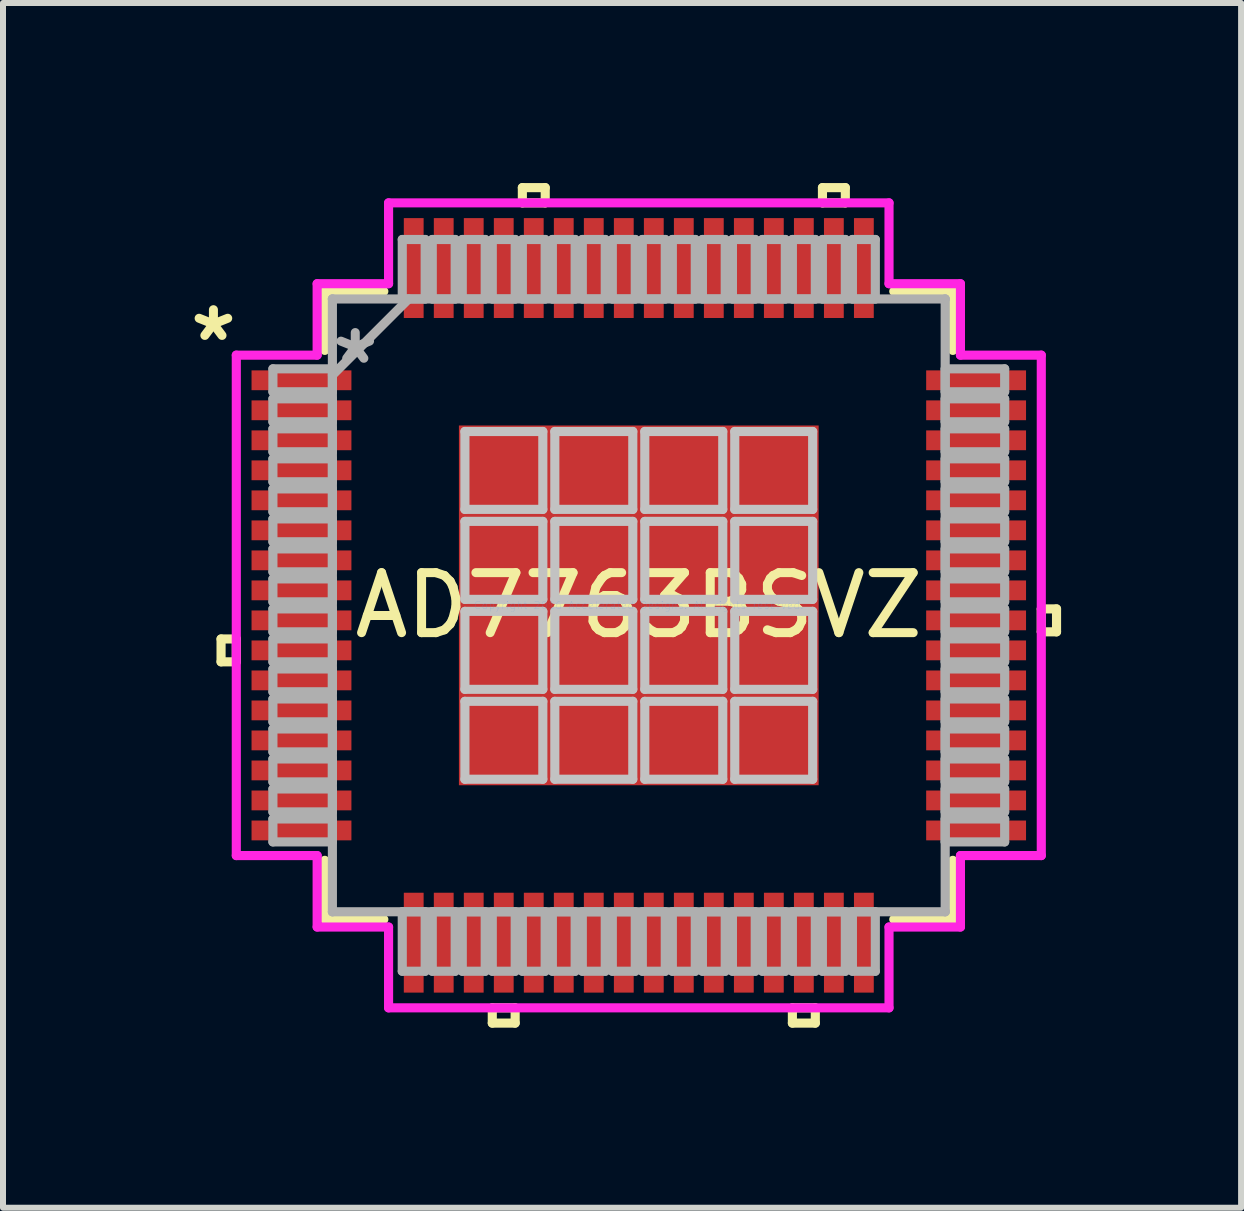
<source format=kicad_pcb>
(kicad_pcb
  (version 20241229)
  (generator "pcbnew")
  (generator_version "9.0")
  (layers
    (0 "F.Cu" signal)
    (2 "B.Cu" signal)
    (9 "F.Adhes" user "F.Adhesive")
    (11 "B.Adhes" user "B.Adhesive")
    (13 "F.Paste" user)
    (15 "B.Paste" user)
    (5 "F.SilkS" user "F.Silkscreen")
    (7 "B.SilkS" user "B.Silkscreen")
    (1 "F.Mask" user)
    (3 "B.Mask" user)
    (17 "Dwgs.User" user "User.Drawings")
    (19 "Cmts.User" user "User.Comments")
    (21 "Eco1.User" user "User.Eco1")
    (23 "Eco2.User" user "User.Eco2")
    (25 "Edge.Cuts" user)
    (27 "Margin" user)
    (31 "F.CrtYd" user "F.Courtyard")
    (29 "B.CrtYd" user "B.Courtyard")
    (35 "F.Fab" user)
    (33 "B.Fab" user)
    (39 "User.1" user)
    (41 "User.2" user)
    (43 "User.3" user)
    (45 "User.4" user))
  (footprint "AD7763BSVZ"
    (layer "F.Cu")
    (at 7.593 7.036)
    (property "Reference" "AD7763BSVZ" (at 0 0 0) (layer "F.SilkS") (effects (font (size 1 1) (thickness 0.15))))
    (attr through_hole)
    (fp_line (start -6.96 0.56) (end -6.96 0.941) (stroke (width 0.152) (type solid)) (layer "F.SilkS"))
    (fp_line (start -6.96 0.941) (end -6.706 0.941) (stroke (width 0.152) (type solid)) (layer "F.SilkS"))
    (fp_line (start -6.706 0.56) (end -6.96 0.56) (stroke (width 0.152) (type solid)) (layer "F.SilkS"))
    (fp_line (start -6.706 0.941) (end -6.706 0.56) (stroke (width 0.152) (type solid)) (layer "F.SilkS"))
    (fp_line (start -5.232 -5.232) (end -5.232 -4.248) (stroke (width 0.152) (type solid)) (layer "F.SilkS"))
    (fp_line (start -5.232 4.248) (end -5.232 5.232) (stroke (width 0.152) (type solid)) (layer "F.SilkS"))
    (fp_line (start -5.232 5.232) (end -4.248 5.232) (stroke (width 0.152) (type solid)) (layer "F.SilkS"))
    (fp_line (start -4.248 -5.232) (end -5.232 -5.232) (stroke (width 0.152) (type solid)) (layer "F.SilkS"))
    (fp_line (start -2.441 6.706) (end -2.441 6.96) (stroke (width 0.152) (type solid)) (layer "F.SilkS"))
    (fp_line (start -2.441 6.96) (end -2.06 6.96) (stroke (width 0.152) (type solid)) (layer "F.SilkS"))
    (fp_line (start -2.06 6.706) (end -2.441 6.706) (stroke (width 0.152) (type solid)) (layer "F.SilkS"))
    (fp_line (start -2.06 6.96) (end -2.06 6.706) (stroke (width 0.152) (type solid)) (layer "F.SilkS"))
    (fp_line (start -1.94 -6.96) (end -1.559 -6.96) (stroke (width 0.152) (type solid)) (layer "F.SilkS"))
    (fp_line (start -1.94 -6.706) (end -1.94 -6.96) (stroke (width 0.152) (type solid)) (layer "F.SilkS"))
    (fp_line (start -1.559 -6.96) (end -1.559 -6.706) (stroke (width 0.152) (type solid)) (layer "F.SilkS"))
    (fp_line (start -1.559 -6.706) (end -1.94 -6.706) (stroke (width 0.152) (type solid)) (layer "F.SilkS"))
    (fp_line (start 2.559 6.706) (end 2.559 6.96) (stroke (width 0.152) (type solid)) (layer "F.SilkS"))
    (fp_line (start 2.559 6.96) (end 2.941 6.96) (stroke (width 0.152) (type solid)) (layer "F.SilkS"))
    (fp_line (start 2.941 6.706) (end 2.559 6.706) (stroke (width 0.152) (type solid)) (layer "F.SilkS"))
    (fp_line (start 2.941 6.96) (end 2.941 6.706) (stroke (width 0.152) (type solid)) (layer "F.SilkS"))
    (fp_line (start 3.06 -6.96) (end 3.441 -6.96) (stroke (width 0.152) (type solid)) (layer "F.SilkS"))
    (fp_line (start 3.06 -6.706) (end 3.06 -6.96) (stroke (width 0.152) (type solid)) (layer "F.SilkS"))
    (fp_line (start 3.441 -6.96) (end 3.441 -6.706) (stroke (width 0.152) (type solid)) (layer "F.SilkS"))
    (fp_line (start 3.441 -6.706) (end 3.06 -6.706) (stroke (width 0.152) (type solid)) (layer "F.SilkS"))
    (fp_line (start 4.248 5.232) (end 5.232 5.232) (stroke (width 0.152) (type solid)) (layer "F.SilkS"))
    (fp_line (start 5.232 -5.232) (end 4.248 -5.232) (stroke (width 0.152) (type solid)) (layer "F.SilkS"))
    (fp_line (start 5.232 -4.248) (end 5.232 -5.232) (stroke (width 0.152) (type solid)) (layer "F.SilkS"))
    (fp_line (start 5.232 5.232) (end 5.232 4.248) (stroke (width 0.152) (type solid)) (layer "F.SilkS"))
    (fp_line (start 6.706 0.059) (end 6.96 0.059) (stroke (width 0.152) (type solid)) (layer "F.SilkS"))
    (fp_line (start 6.706 0.441) (end 6.706 0.059) (stroke (width 0.152) (type solid)) (layer "F.SilkS"))
    (fp_line (start 6.96 0.059) (end 6.96 0.441) (stroke (width 0.152) (type solid)) (layer "F.SilkS"))
    (fp_line (start 6.96 0.441) (end 6.706 0.441) (stroke (width 0.152) (type solid)) (layer "F.SilkS"))
    (fp_line (start -2.897 -2.897) (end -2.897 -1.599) (stroke (width 0.152) (type solid)) (layer "Dwgs.User"))
    (fp_line (start -2.897 -1.599) (end -1.599 -1.599) (stroke (width 0.152) (type solid)) (layer "Dwgs.User"))
    (fp_line (start -2.897 -1.399) (end -2.897 -0.1) (stroke (width 0.152) (type solid)) (layer "Dwgs.User"))
    (fp_line (start -2.897 -0.1) (end -1.599 -0.1) (stroke (width 0.152) (type solid)) (layer "Dwgs.User"))
    (fp_line (start -2.897 0.1) (end -2.897 1.399) (stroke (width 0.152) (type solid)) (layer "Dwgs.User"))
    (fp_line (start -2.897 1.399) (end -1.599 1.399) (stroke (width 0.152) (type solid)) (layer "Dwgs.User"))
    (fp_line (start -2.897 1.599) (end -2.897 2.897) (stroke (width 0.152) (type solid)) (layer "Dwgs.User"))
    (fp_line (start -2.897 2.897) (end -1.599 2.897) (stroke (width 0.152) (type solid)) (layer "Dwgs.User"))
    (fp_line (start -1.599 -2.897) (end -2.897 -2.897) (stroke (width 0.152) (type solid)) (layer "Dwgs.User"))
    (fp_line (start -1.599 -1.599) (end -1.599 -2.897) (stroke (width 0.152) (type solid)) (layer "Dwgs.User"))
    (fp_line (start -1.599 -1.399) (end -2.897 -1.399) (stroke (width 0.152) (type solid)) (layer "Dwgs.User"))
    (fp_line (start -1.599 -0.1) (end -1.599 -1.399) (stroke (width 0.152) (type solid)) (layer "Dwgs.User"))
    (fp_line (start -1.599 0.1) (end -2.897 0.1) (stroke (width 0.152) (type solid)) (layer "Dwgs.User"))
    (fp_line (start -1.599 1.399) (end -1.599 0.1) (stroke (width 0.152) (type solid)) (layer "Dwgs.User"))
    (fp_line (start -1.599 1.599) (end -2.897 1.599) (stroke (width 0.152) (type solid)) (layer "Dwgs.User"))
    (fp_line (start -1.599 2.897) (end -1.599 1.599) (stroke (width 0.152) (type solid)) (layer "Dwgs.User"))
    (fp_line (start -1.399 -2.897) (end -1.399 -1.599) (stroke (width 0.152) (type solid)) (layer "Dwgs.User"))
    (fp_line (start -1.399 -1.599) (end -0.1 -1.599) (stroke (width 0.152) (type solid)) (layer "Dwgs.User"))
    (fp_line (start -1.399 -1.399) (end -1.399 -0.1) (stroke (width 0.152) (type solid)) (layer "Dwgs.User"))
    (fp_line (start -1.399 -0.1) (end -0.1 -0.1) (stroke (width 0.152) (type solid)) (layer "Dwgs.User"))
    (fp_line (start -1.399 0.1) (end -1.399 1.399) (stroke (width 0.152) (type solid)) (layer "Dwgs.User"))
    (fp_line (start -1.399 1.399) (end -0.1 1.399) (stroke (width 0.152) (type solid)) (layer "Dwgs.User"))
    (fp_line (start -1.399 1.599) (end -1.399 2.897) (stroke (width 0.152) (type solid)) (layer "Dwgs.User"))
    (fp_line (start -1.399 2.897) (end -0.1 2.897) (stroke (width 0.152) (type solid)) (layer "Dwgs.User"))
    (fp_line (start -0.1 -2.897) (end -1.399 -2.897) (stroke (width 0.152) (type solid)) (layer "Dwgs.User"))
    (fp_line (start -0.1 -1.599) (end -0.1 -2.897) (stroke (width 0.152) (type solid)) (layer "Dwgs.User"))
    (fp_line (start -0.1 -1.399) (end -1.399 -1.399) (stroke (width 0.152) (type solid)) (layer "Dwgs.User"))
    (fp_line (start -0.1 -0.1) (end -0.1 -1.399) (stroke (width 0.152) (type solid)) (layer "Dwgs.User"))
    (fp_line (start -0.1 0.1) (end -1.399 0.1) (stroke (width 0.152) (type solid)) (layer "Dwgs.User"))
    (fp_line (start -0.1 1.399) (end -0.1 0.1) (stroke (width 0.152) (type solid)) (layer "Dwgs.User"))
    (fp_line (start -0.1 1.599) (end -1.399 1.599) (stroke (width 0.152) (type solid)) (layer "Dwgs.User"))
    (fp_line (start -0.1 2.897) (end -0.1 1.599) (stroke (width 0.152) (type solid)) (layer "Dwgs.User"))
    (fp_line (start 0.1 -2.897) (end 0.1 -1.599) (stroke (width 0.152) (type solid)) (layer "Dwgs.User"))
    (fp_line (start 0.1 -1.599) (end 1.399 -1.599) (stroke (width 0.152) (type solid)) (layer "Dwgs.User"))
    (fp_line (start 0.1 -1.399) (end 0.1 -0.1) (stroke (width 0.152) (type solid)) (layer "Dwgs.User"))
    (fp_line (start 0.1 -0.1) (end 1.399 -0.1) (stroke (width 0.152) (type solid)) (layer "Dwgs.User"))
    (fp_line (start 0.1 0.1) (end 0.1 1.399) (stroke (width 0.152) (type solid)) (layer "Dwgs.User"))
    (fp_line (start 0.1 1.399) (end 1.399 1.399) (stroke (width 0.152) (type solid)) (layer "Dwgs.User"))
    (fp_line (start 0.1 1.599) (end 0.1 2.897) (stroke (width 0.152) (type solid)) (layer "Dwgs.User"))
    (fp_line (start 0.1 2.897) (end 1.399 2.897) (stroke (width 0.152) (type solid)) (layer "Dwgs.User"))
    (fp_line (start 1.399 -2.897) (end 0.1 -2.897) (stroke (width 0.152) (type solid)) (layer "Dwgs.User"))
    (fp_line (start 1.399 -1.599) (end 1.399 -2.897) (stroke (width 0.152) (type solid)) (layer "Dwgs.User"))
    (fp_line (start 1.399 -1.399) (end 0.1 -1.399) (stroke (width 0.152) (type solid)) (layer "Dwgs.User"))
    (fp_line (start 1.399 -0.1) (end 1.399 -1.399) (stroke (width 0.152) (type solid)) (layer "Dwgs.User"))
    (fp_line (start 1.399 0.1) (end 0.1 0.1) (stroke (width 0.152) (type solid)) (layer "Dwgs.User"))
    (fp_line (start 1.399 1.399) (end 1.399 0.1) (stroke (width 0.152) (type solid)) (layer "Dwgs.User"))
    (fp_line (start 1.399 1.599) (end 0.1 1.599) (stroke (width 0.152) (type solid)) (layer "Dwgs.User"))
    (fp_line (start 1.399 2.897) (end 1.399 1.599) (stroke (width 0.152) (type solid)) (layer "Dwgs.User"))
    (fp_line (start 1.599 -2.897) (end 1.599 -1.599) (stroke (width 0.152) (type solid)) (layer "Dwgs.User"))
    (fp_line (start 1.599 -1.599) (end 2.897 -1.599) (stroke (width 0.152) (type solid)) (layer "Dwgs.User"))
    (fp_line (start 1.599 -1.399) (end 1.599 -0.1) (stroke (width 0.152) (type solid)) (layer "Dwgs.User"))
    (fp_line (start 1.599 -0.1) (end 2.897 -0.1) (stroke (width 0.152) (type solid)) (layer "Dwgs.User"))
    (fp_line (start 1.599 0.1) (end 1.599 1.399) (stroke (width 0.152) (type solid)) (layer "Dwgs.User"))
    (fp_line (start 1.599 1.399) (end 2.897 1.399) (stroke (width 0.152) (type solid)) (layer "Dwgs.User"))
    (fp_line (start 1.599 1.599) (end 1.599 2.897) (stroke (width 0.152) (type solid)) (layer "Dwgs.User"))
    (fp_line (start 1.599 2.897) (end 2.897 2.897) (stroke (width 0.152) (type solid)) (layer "Dwgs.User"))
    (fp_line (start 2.897 -2.897) (end 1.599 -2.897) (stroke (width 0.152) (type solid)) (layer "Dwgs.User"))
    (fp_line (start 2.897 -1.599) (end 2.897 -2.897) (stroke (width 0.152) (type solid)) (layer "Dwgs.User"))
    (fp_line (start 2.897 -1.399) (end 1.599 -1.399) (stroke (width 0.152) (type solid)) (layer "Dwgs.User"))
    (fp_line (start 2.897 -0.1) (end 2.897 -1.399) (stroke (width 0.152) (type solid)) (layer "Dwgs.User"))
    (fp_line (start 2.897 0.1) (end 1.599 0.1) (stroke (width 0.152) (type solid)) (layer "Dwgs.User"))
    (fp_line (start 2.897 1.399) (end 2.897 0.1) (stroke (width 0.152) (type solid)) (layer "Dwgs.User"))
    (fp_line (start 2.897 1.599) (end 1.599 1.599) (stroke (width 0.152) (type solid)) (layer "Dwgs.User"))
    (fp_line (start 2.897 2.897) (end 2.897 1.599) (stroke (width 0.152) (type solid)) (layer "Dwgs.User"))
    (fp_line (start -6.706 -4.169) (end -5.359 -4.169) (stroke (width 0.152) (type solid)) (layer "F.CrtYd"))
    (fp_line (start -6.706 4.169) (end -6.706 -4.169) (stroke (width 0.152) (type solid)) (layer "F.CrtYd"))
    (fp_line (start -5.359 -5.359) (end -4.169 -5.359) (stroke (width 0.152) (type solid)) (layer "F.CrtYd"))
    (fp_line (start -5.359 -4.169) (end -5.359 -5.359) (stroke (width 0.152) (type solid)) (layer "F.CrtYd"))
    (fp_line (start -5.359 4.169) (end -6.706 4.169) (stroke (width 0.152) (type solid)) (layer "F.CrtYd"))
    (fp_line (start -5.359 5.359) (end -5.359 4.169) (stroke (width 0.152) (type solid)) (layer "F.CrtYd"))
    (fp_line (start -4.169 -6.706) (end 4.169 -6.706) (stroke (width 0.152) (type solid)) (layer "F.CrtYd"))
    (fp_line (start -4.169 -5.359) (end -4.169 -6.706) (stroke (width 0.152) (type solid)) (layer "F.CrtYd"))
    (fp_line (start -4.169 5.359) (end -5.359 5.359) (stroke (width 0.152) (type solid)) (layer "F.CrtYd"))
    (fp_line (start -4.169 6.706) (end -4.169 5.359) (stroke (width 0.152) (type solid)) (layer "F.CrtYd"))
    (fp_line (start 4.169 -6.706) (end 4.169 -5.359) (stroke (width 0.152) (type solid)) (layer "F.CrtYd"))
    (fp_line (start 4.169 -5.359) (end 5.359 -5.359) (stroke (width 0.152) (type solid)) (layer "F.CrtYd"))
    (fp_line (start 4.169 5.359) (end 4.169 6.706) (stroke (width 0.152) (type solid)) (layer "F.CrtYd"))
    (fp_line (start 4.169 6.706) (end -4.169 6.706) (stroke (width 0.152) (type solid)) (layer "F.CrtYd"))
    (fp_line (start 5.359 -5.359) (end 5.359 -4.169) (stroke (width 0.152) (type solid)) (layer "F.CrtYd"))
    (fp_line (start 5.359 -4.169) (end 6.706 -4.169) (stroke (width 0.152) (type solid)) (layer "F.CrtYd"))
    (fp_line (start 5.359 4.169) (end 5.359 5.359) (stroke (width 0.152) (type solid)) (layer "F.CrtYd"))
    (fp_line (start 5.359 5.359) (end 4.169 5.359) (stroke (width 0.152) (type solid)) (layer "F.CrtYd"))
    (fp_line (start 6.706 -4.169) (end 6.706 4.169) (stroke (width 0.152) (type solid)) (layer "F.CrtYd"))
    (fp_line (start 6.706 4.169) (end 5.359 4.169) (stroke (width 0.152) (type solid)) (layer "F.CrtYd"))
    (fp_line (start -6.096 -3.941) (end -6.096 -3.559) (stroke (width 0.152) (type solid)) (layer "F.Fab"))
    (fp_line (start -6.096 -3.559) (end -5.105 -3.559) (stroke (width 0.152) (type solid)) (layer "F.Fab"))
    (fp_line (start -6.096 -3.441) (end -6.096 -3.059) (stroke (width 0.152) (type solid)) (layer "F.Fab"))
    (fp_line (start -6.096 -3.059) (end -5.105 -3.059) (stroke (width 0.152) (type solid)) (layer "F.Fab"))
    (fp_line (start -6.096 -2.941) (end -6.096 -2.559) (stroke (width 0.152) (type solid)) (layer "F.Fab"))
    (fp_line (start -6.096 -2.559) (end -5.105 -2.559) (stroke (width 0.152) (type solid)) (layer "F.Fab"))
    (fp_line (start -6.096 -2.441) (end -6.096 -2.059) (stroke (width 0.152) (type solid)) (layer "F.Fab"))
    (fp_line (start -6.096 -2.059) (end -5.105 -2.059) (stroke (width 0.152) (type solid)) (layer "F.Fab"))
    (fp_line (start -6.096 -1.94) (end -6.096 -1.56) (stroke (width 0.152) (type solid)) (layer "F.Fab"))
    (fp_line (start -6.096 -1.56) (end -5.105 -1.56) (stroke (width 0.152) (type solid)) (layer "F.Fab"))
    (fp_line (start -6.096 -1.44) (end -6.096 -1.06) (stroke (width 0.152) (type solid)) (layer "F.Fab"))
    (fp_line (start -6.096 -1.06) (end -5.105 -1.06) (stroke (width 0.152) (type solid)) (layer "F.Fab"))
    (fp_line (start -6.096 -0.941) (end -6.096 -0.559) (stroke (width 0.152) (type solid)) (layer "F.Fab"))
    (fp_line (start -6.096 -0.559) (end -5.105 -0.559) (stroke (width 0.152) (type solid)) (layer "F.Fab"))
    (fp_line (start -6.096 -0.441) (end -6.096 -0.059) (stroke (width 0.152) (type solid)) (layer "F.Fab"))
    (fp_line (start -6.096 -0.059) (end -5.105 -0.059) (stroke (width 0.152) (type solid)) (layer "F.Fab"))
    (fp_line (start -6.096 0.059) (end -6.096 0.441) (stroke (width 0.152) (type solid)) (layer "F.Fab"))
    (fp_line (start -6.096 0.441) (end -5.105 0.441) (stroke (width 0.152) (type solid)) (layer "F.Fab"))
    (fp_line (start -6.096 0.559) (end -6.096 0.941) (stroke (width 0.152) (type solid)) (layer "F.Fab"))
    (fp_line (start -6.096 0.941) (end -5.105 0.941) (stroke (width 0.152) (type solid)) (layer "F.Fab"))
    (fp_line (start -6.096 1.06) (end -6.096 1.44) (stroke (width 0.152) (type solid)) (layer "F.Fab"))
    (fp_line (start -6.096 1.44) (end -5.105 1.44) (stroke (width 0.152) (type solid)) (layer "F.Fab"))
    (fp_line (start -6.096 1.56) (end -6.096 1.94) (stroke (width 0.152) (type solid)) (layer "F.Fab"))
    (fp_line (start -6.096 1.94) (end -5.105 1.94) (stroke (width 0.152) (type solid)) (layer "F.Fab"))
    (fp_line (start -6.096 2.059) (end -6.096 2.441) (stroke (width 0.152) (type solid)) (layer "F.Fab"))
    (fp_line (start -6.096 2.441) (end -5.105 2.441) (stroke (width 0.152) (type solid)) (layer "F.Fab"))
    (fp_line (start -6.096 2.559) (end -6.096 2.941) (stroke (width 0.152) (type solid)) (layer "F.Fab"))
    (fp_line (start -6.096 2.941) (end -5.105 2.941) (stroke (width 0.152) (type solid)) (layer "F.Fab"))
    (fp_line (start -6.096 3.059) (end -6.096 3.441) (stroke (width 0.152) (type solid)) (layer "F.Fab"))
    (fp_line (start -6.096 3.441) (end -5.105 3.441) (stroke (width 0.152) (type solid)) (layer "F.Fab"))
    (fp_line (start -6.096 3.559) (end -6.096 3.941) (stroke (width 0.152) (type solid)) (layer "F.Fab"))
    (fp_line (start -6.096 3.941) (end -5.105 3.941) (stroke (width 0.152) (type solid)) (layer "F.Fab"))
    (fp_line (start -5.105 -5.105) (end -5.105 -5.105) (stroke (width 0.152) (type solid)) (layer "F.Fab"))
    (fp_line (start -5.105 -5.105) (end -5.105 5.105) (stroke (width 0.152) (type solid)) (layer "F.Fab"))
    (fp_line (start -5.105 -3.941) (end -6.096 -3.941) (stroke (width 0.152) (type solid)) (layer "F.Fab"))
    (fp_line (start -5.105 -3.835) (end -3.835 -5.105) (stroke (width 0.152) (type solid)) (layer "F.Fab"))
    (fp_line (start -5.105 -3.559) (end -5.105 -3.941) (stroke (width 0.152) (type solid)) (layer "F.Fab"))
    (fp_line (start -5.105 -3.441) (end -6.096 -3.441) (stroke (width 0.152) (type solid)) (layer "F.Fab"))
    (fp_line (start -5.105 -3.059) (end -5.105 -3.441) (stroke (width 0.152) (type solid)) (layer "F.Fab"))
    (fp_line (start -5.105 -2.941) (end -6.096 -2.941) (stroke (width 0.152) (type solid)) (layer "F.Fab"))
    (fp_line (start -5.105 -2.559) (end -5.105 -2.941) (stroke (width 0.152) (type solid)) (layer "F.Fab"))
    (fp_line (start -5.105 -2.441) (end -6.096 -2.441) (stroke (width 0.152) (type solid)) (layer "F.Fab"))
    (fp_line (start -5.105 -2.059) (end -5.105 -2.441) (stroke (width 0.152) (type solid)) (layer "F.Fab"))
    (fp_line (start -5.105 -1.94) (end -6.096 -1.94) (stroke (width 0.152) (type solid)) (layer "F.Fab"))
    (fp_line (start -5.105 -1.56) (end -5.105 -1.94) (stroke (width 0.152) (type solid)) (layer "F.Fab"))
    (fp_line (start -5.105 -1.44) (end -6.096 -1.44) (stroke (width 0.152) (type solid)) (layer "F.Fab"))
    (fp_line (start -5.105 -1.06) (end -5.105 -1.44) (stroke (width 0.152) (type solid)) (layer "F.Fab"))
    (fp_line (start -5.105 -0.941) (end -6.096 -0.941) (stroke (width 0.152) (type solid)) (layer "F.Fab"))
    (fp_line (start -5.105 -0.559) (end -5.105 -0.941) (stroke (width 0.152) (type solid)) (layer "F.Fab"))
    (fp_line (start -5.105 -0.441) (end -6.096 -0.441) (stroke (width 0.152) (type solid)) (layer "F.Fab"))
    (fp_line (start -5.105 -0.059) (end -5.105 -0.441) (stroke (width 0.152) (type solid)) (layer "F.Fab"))
    (fp_line (start -5.105 0.059) (end -6.096 0.059) (stroke (width 0.152) (type solid)) (layer "F.Fab"))
    (fp_line (start -5.105 0.441) (end -5.105 0.059) (stroke (width 0.152) (type solid)) (layer "F.Fab"))
    (fp_line (start -5.105 0.559) (end -6.096 0.559) (stroke (width 0.152) (type solid)) (layer "F.Fab"))
    (fp_line (start -5.105 0.941) (end -5.105 0.559) (stroke (width 0.152) (type solid)) (layer "F.Fab"))
    (fp_line (start -5.105 1.06) (end -6.096 1.06) (stroke (width 0.152) (type solid)) (layer "F.Fab"))
    (fp_line (start -5.105 1.44) (end -5.105 1.06) (stroke (width 0.152) (type solid)) (layer "F.Fab"))
    (fp_line (start -5.105 1.56) (end -6.096 1.56) (stroke (width 0.152) (type solid)) (layer "F.Fab"))
    (fp_line (start -5.105 1.94) (end -5.105 1.56) (stroke (width 0.152) (type solid)) (layer "F.Fab"))
    (fp_line (start -5.105 2.059) (end -6.096 2.059) (stroke (width 0.152) (type solid)) (layer "F.Fab"))
    (fp_line (start -5.105 2.441) (end -5.105 2.059) (stroke (width 0.152) (type solid)) (layer "F.Fab"))
    (fp_line (start -5.105 2.559) (end -6.096 2.559) (stroke (width 0.152) (type solid)) (layer "F.Fab"))
    (fp_line (start -5.105 2.941) (end -5.105 2.559) (stroke (width 0.152) (type solid)) (layer "F.Fab"))
    (fp_line (start -5.105 3.059) (end -6.096 3.059) (stroke (width 0.152) (type solid)) (layer "F.Fab"))
    (fp_line (start -5.105 3.441) (end -5.105 3.059) (stroke (width 0.152) (type solid)) (layer "F.Fab"))
    (fp_line (start -5.105 3.559) (end -6.096 3.559) (stroke (width 0.152) (type solid)) (layer "F.Fab"))
    (fp_line (start -5.105 3.941) (end -5.105 3.559) (stroke (width 0.152) (type solid)) (layer "F.Fab"))
    (fp_line (start -5.105 5.105) (end -5.105 5.105) (stroke (width 0.152) (type solid)) (layer "F.Fab"))
    (fp_line (start -5.105 5.105) (end 5.105 5.105) (stroke (width 0.152) (type solid)) (layer "F.Fab"))
    (fp_line (start -3.941 -6.096) (end -3.941 -5.105) (stroke (width 0.152) (type solid)) (layer "F.Fab"))
    (fp_line (start -3.941 -5.105) (end -3.559 -5.105) (stroke (width 0.152) (type solid)) (layer "F.Fab"))
    (fp_line (start -3.941 5.105) (end -3.941 6.096) (stroke (width 0.152) (type solid)) (layer "F.Fab"))
    (fp_line (start -3.941 6.096) (end -3.559 6.096) (stroke (width 0.152) (type solid)) (layer "F.Fab"))
    (fp_line (start -3.559 -6.096) (end -3.941 -6.096) (stroke (width 0.152) (type solid)) (layer "F.Fab"))
    (fp_line (start -3.559 -5.105) (end -3.559 -6.096) (stroke (width 0.152) (type solid)) (layer "F.Fab"))
    (fp_line (start -3.559 5.105) (end -3.941 5.105) (stroke (width 0.152) (type solid)) (layer "F.Fab"))
    (fp_line (start -3.559 6.096) (end -3.559 5.105) (stroke (width 0.152) (type solid)) (layer "F.Fab"))
    (fp_line (start -3.441 -6.096) (end -3.441 -5.105) (stroke (width 0.152) (type solid)) (layer "F.Fab"))
    (fp_line (start -3.441 -5.105) (end -3.059 -5.105) (stroke (width 0.152) (type solid)) (layer "F.Fab"))
    (fp_line (start -3.441 5.105) (end -3.441 6.096) (stroke (width 0.152) (type solid)) (layer "F.Fab"))
    (fp_line (start -3.441 6.096) (end -3.059 6.096) (stroke (width 0.152) (type solid)) (layer "F.Fab"))
    (fp_line (start -3.059 -6.096) (end -3.441 -6.096) (stroke (width 0.152) (type solid)) (layer "F.Fab"))
    (fp_line (start -3.059 -5.105) (end -3.059 -6.096) (stroke (width 0.152) (type solid)) (layer "F.Fab"))
    (fp_line (start -3.059 5.105) (end -3.441 5.105) (stroke (width 0.152) (type solid)) (layer "F.Fab"))
    (fp_line (start -3.059 6.096) (end -3.059 5.105) (stroke (width 0.152) (type solid)) (layer "F.Fab"))
    (fp_line (start -2.941 -6.096) (end -2.941 -5.105) (stroke (width 0.152) (type solid)) (layer "F.Fab"))
    (fp_line (start -2.941 -5.105) (end -2.559 -5.105) (stroke (width 0.152) (type solid)) (layer "F.Fab"))
    (fp_line (start -2.941 5.105) (end -2.941 6.096) (stroke (width 0.152) (type solid)) (layer "F.Fab"))
    (fp_line (start -2.941 6.096) (end -2.559 6.096) (stroke (width 0.152) (type solid)) (layer "F.Fab"))
    (fp_line (start -2.559 -6.096) (end -2.941 -6.096) (stroke (width 0.152) (type solid)) (layer "F.Fab"))
    (fp_line (start -2.559 -5.105) (end -2.559 -6.096) (stroke (width 0.152) (type solid)) (layer "F.Fab"))
    (fp_line (start -2.559 5.105) (end -2.941 5.105) (stroke (width 0.152) (type solid)) (layer "F.Fab"))
    (fp_line (start -2.559 6.096) (end -2.559 5.105) (stroke (width 0.152) (type solid)) (layer "F.Fab"))
    (fp_line (start -2.441 -6.096) (end -2.441 -5.105) (stroke (width 0.152) (type solid)) (layer "F.Fab"))
    (fp_line (start -2.441 -5.105) (end -2.059 -5.105) (stroke (width 0.152) (type solid)) (layer "F.Fab"))
    (fp_line (start -2.441 5.105) (end -2.441 6.096) (stroke (width 0.152) (type solid)) (layer "F.Fab"))
    (fp_line (start -2.441 6.096) (end -2.059 6.096) (stroke (width 0.152) (type solid)) (layer "F.Fab"))
    (fp_line (start -2.059 -6.096) (end -2.441 -6.096) (stroke (width 0.152) (type solid)) (layer "F.Fab"))
    (fp_line (start -2.059 -5.105) (end -2.059 -6.096) (stroke (width 0.152) (type solid)) (layer "F.Fab"))
    (fp_line (start -2.059 5.105) (end -2.441 5.105) (stroke (width 0.152) (type solid)) (layer "F.Fab"))
    (fp_line (start -2.059 6.096) (end -2.059 5.105) (stroke (width 0.152) (type solid)) (layer "F.Fab"))
    (fp_line (start -1.94 -6.096) (end -1.94 -5.105) (stroke (width 0.152) (type solid)) (layer "F.Fab"))
    (fp_line (start -1.94 -5.105) (end -1.56 -5.105) (stroke (width 0.152) (type solid)) (layer "F.Fab"))
    (fp_line (start -1.94 5.105) (end -1.94 6.096) (stroke (width 0.152) (type solid)) (layer "F.Fab"))
    (fp_line (start -1.94 6.096) (end -1.56 6.096) (stroke (width 0.152) (type solid)) (layer "F.Fab"))
    (fp_line (start -1.56 -6.096) (end -1.94 -6.096) (stroke (width 0.152) (type solid)) (layer "F.Fab"))
    (fp_line (start -1.56 -5.105) (end -1.56 -6.096) (stroke (width 0.152) (type solid)) (layer "F.Fab"))
    (fp_line (start -1.56 5.105) (end -1.94 5.105) (stroke (width 0.152) (type solid)) (layer "F.Fab"))
    (fp_line (start -1.56 6.096) (end -1.56 5.105) (stroke (width 0.152) (type solid)) (layer "F.Fab"))
    (fp_line (start -1.44 -6.096) (end -1.44 -5.105) (stroke (width 0.152) (type solid)) (layer "F.Fab"))
    (fp_line (start -1.44 -5.105) (end -1.06 -5.105) (stroke (width 0.152) (type solid)) (layer "F.Fab"))
    (fp_line (start -1.44 5.105) (end -1.44 6.096) (stroke (width 0.152) (type solid)) (layer "F.Fab"))
    (fp_line (start -1.44 6.096) (end -1.06 6.096) (stroke (width 0.152) (type solid)) (layer "F.Fab"))
    (fp_line (start -1.06 -6.096) (end -1.44 -6.096) (stroke (width 0.152) (type solid)) (layer "F.Fab"))
    (fp_line (start -1.06 -5.105) (end -1.06 -6.096) (stroke (width 0.152) (type solid)) (layer "F.Fab"))
    (fp_line (start -1.06 5.105) (end -1.44 5.105) (stroke (width 0.152) (type solid)) (layer "F.Fab"))
    (fp_line (start -1.06 6.096) (end -1.06 5.105) (stroke (width 0.152) (type solid)) (layer "F.Fab"))
    (fp_line (start -0.941 -6.096) (end -0.941 -5.105) (stroke (width 0.152) (type solid)) (layer "F.Fab"))
    (fp_line (start -0.941 -5.105) (end -0.559 -5.105) (stroke (width 0.152) (type solid)) (layer "F.Fab"))
    (fp_line (start -0.941 5.105) (end -0.941 6.096) (stroke (width 0.152) (type solid)) (layer "F.Fab"))
    (fp_line (start -0.941 6.096) (end -0.559 6.096) (stroke (width 0.152) (type solid)) (layer "F.Fab"))
    (fp_line (start -0.559 -6.096) (end -0.941 -6.096) (stroke (width 0.152) (type solid)) (layer "F.Fab"))
    (fp_line (start -0.559 -5.105) (end -0.559 -6.096) (stroke (width 0.152) (type solid)) (layer "F.Fab"))
    (fp_line (start -0.559 5.105) (end -0.941 5.105) (stroke (width 0.152) (type solid)) (layer "F.Fab"))
    (fp_line (start -0.559 6.096) (end -0.559 5.105) (stroke (width 0.152) (type solid)) (layer "F.Fab"))
    (fp_line (start -0.441 -6.096) (end -0.441 -5.105) (stroke (width 0.152) (type solid)) (layer "F.Fab"))
    (fp_line (start -0.441 -5.105) (end -0.059 -5.105) (stroke (width 0.152) (type solid)) (layer "F.Fab"))
    (fp_line (start -0.441 5.105) (end -0.441 6.096) (stroke (width 0.152) (type solid)) (layer "F.Fab"))
    (fp_line (start -0.441 6.096) (end -0.059 6.096) (stroke (width 0.152) (type solid)) (layer "F.Fab"))
    (fp_line (start -0.059 -6.096) (end -0.441 -6.096) (stroke (width 0.152) (type solid)) (layer "F.Fab"))
    (fp_line (start -0.059 -5.105) (end -0.059 -6.096) (stroke (width 0.152) (type solid)) (layer "F.Fab"))
    (fp_line (start -0.059 5.105) (end -0.441 5.105) (stroke (width 0.152) (type solid)) (layer "F.Fab"))
    (fp_line (start -0.059 6.096) (end -0.059 5.105) (stroke (width 0.152) (type solid)) (layer "F.Fab"))
    (fp_line (start 0.059 -6.096) (end 0.059 -5.105) (stroke (width 0.152) (type solid)) (layer "F.Fab"))
    (fp_line (start 0.059 -5.105) (end 0.441 -5.105) (stroke (width 0.152) (type solid)) (layer "F.Fab"))
    (fp_line (start 0.059 5.105) (end 0.059 6.096) (stroke (width 0.152) (type solid)) (layer "F.Fab"))
    (fp_line (start 0.059 6.096) (end 0.441 6.096) (stroke (width 0.152) (type solid)) (layer "F.Fab"))
    (fp_line (start 0.441 -6.096) (end 0.059 -6.096) (stroke (width 0.152) (type solid)) (layer "F.Fab"))
    (fp_line (start 0.441 -5.105) (end 0.441 -6.096) (stroke (width 0.152) (type solid)) (layer "F.Fab"))
    (fp_line (start 0.441 5.105) (end 0.059 5.105) (stroke (width 0.152) (type solid)) (layer "F.Fab"))
    (fp_line (start 0.441 6.096) (end 0.441 5.105) (stroke (width 0.152) (type solid)) (layer "F.Fab"))
    (fp_line (start 0.559 -6.096) (end 0.559 -5.105) (stroke (width 0.152) (type solid)) (layer "F.Fab"))
    (fp_line (start 0.559 -5.105) (end 0.941 -5.105) (stroke (width 0.152) (type solid)) (layer "F.Fab"))
    (fp_line (start 0.559 5.105) (end 0.559 6.096) (stroke (width 0.152) (type solid)) (layer "F.Fab"))
    (fp_line (start 0.559 6.096) (end 0.941 6.096) (stroke (width 0.152) (type solid)) (layer "F.Fab"))
    (fp_line (start 0.941 -6.096) (end 0.559 -6.096) (stroke (width 0.152) (type solid)) (layer "F.Fab"))
    (fp_line (start 0.941 -5.105) (end 0.941 -6.096) (stroke (width 0.152) (type solid)) (layer "F.Fab"))
    (fp_line (start 0.941 5.105) (end 0.559 5.105) (stroke (width 0.152) (type solid)) (layer "F.Fab"))
    (fp_line (start 0.941 6.096) (end 0.941 5.105) (stroke (width 0.152) (type solid)) (layer "F.Fab"))
    (fp_line (start 1.06 -6.096) (end 1.06 -5.105) (stroke (width 0.152) (type solid)) (layer "F.Fab"))
    (fp_line (start 1.06 -5.105) (end 1.44 -5.105) (stroke (width 0.152) (type solid)) (layer "F.Fab"))
    (fp_line (start 1.06 5.105) (end 1.06 6.096) (stroke (width 0.152) (type solid)) (layer "F.Fab"))
    (fp_line (start 1.06 6.096) (end 1.44 6.096) (stroke (width 0.152) (type solid)) (layer "F.Fab"))
    (fp_line (start 1.44 -6.096) (end 1.06 -6.096) (stroke (width 0.152) (type solid)) (layer "F.Fab"))
    (fp_line (start 1.44 -5.105) (end 1.44 -6.096) (stroke (width 0.152) (type solid)) (layer "F.Fab"))
    (fp_line (start 1.44 5.105) (end 1.06 5.105) (stroke (width 0.152) (type solid)) (layer "F.Fab"))
    (fp_line (start 1.44 6.096) (end 1.44 5.105) (stroke (width 0.152) (type solid)) (layer "F.Fab"))
    (fp_line (start 1.56 -6.096) (end 1.56 -5.105) (stroke (width 0.152) (type solid)) (layer "F.Fab"))
    (fp_line (start 1.56 -5.105) (end 1.94 -5.105) (stroke (width 0.152) (type solid)) (layer "F.Fab"))
    (fp_line (start 1.56 5.105) (end 1.56 6.096) (stroke (width 0.152) (type solid)) (layer "F.Fab"))
    (fp_line (start 1.56 6.096) (end 1.94 6.096) (stroke (width 0.152) (type solid)) (layer "F.Fab"))
    (fp_line (start 1.94 -6.096) (end 1.56 -6.096) (stroke (width 0.152) (type solid)) (layer "F.Fab"))
    (fp_line (start 1.94 -5.105) (end 1.94 -6.096) (stroke (width 0.152) (type solid)) (layer "F.Fab"))
    (fp_line (start 1.94 5.105) (end 1.56 5.105) (stroke (width 0.152) (type solid)) (layer "F.Fab"))
    (fp_line (start 1.94 6.096) (end 1.94 5.105) (stroke (width 0.152) (type solid)) (layer "F.Fab"))
    (fp_line (start 2.059 -6.096) (end 2.059 -5.105) (stroke (width 0.152) (type solid)) (layer "F.Fab"))
    (fp_line (start 2.059 -5.105) (end 2.441 -5.105) (stroke (width 0.152) (type solid)) (layer "F.Fab"))
    (fp_line (start 2.059 5.105) (end 2.059 6.096) (stroke (width 0.152) (type solid)) (layer "F.Fab"))
    (fp_line (start 2.059 6.096) (end 2.441 6.096) (stroke (width 0.152) (type solid)) (layer "F.Fab"))
    (fp_line (start 2.441 -6.096) (end 2.059 -6.096) (stroke (width 0.152) (type solid)) (layer "F.Fab"))
    (fp_line (start 2.441 -5.105) (end 2.441 -6.096) (stroke (width 0.152) (type solid)) (layer "F.Fab"))
    (fp_line (start 2.441 5.105) (end 2.059 5.105) (stroke (width 0.152) (type solid)) (layer "F.Fab"))
    (fp_line (start 2.441 6.096) (end 2.441 5.105) (stroke (width 0.152) (type solid)) (layer "F.Fab"))
    (fp_line (start 2.559 -6.096) (end 2.559 -5.105) (stroke (width 0.152) (type solid)) (layer "F.Fab"))
    (fp_line (start 2.559 -5.105) (end 2.941 -5.105) (stroke (width 0.152) (type solid)) (layer "F.Fab"))
    (fp_line (start 2.559 5.105) (end 2.559 6.096) (stroke (width 0.152) (type solid)) (layer "F.Fab"))
    (fp_line (start 2.559 6.096) (end 2.941 6.096) (stroke (width 0.152) (type solid)) (layer "F.Fab"))
    (fp_line (start 2.941 -6.096) (end 2.559 -6.096) (stroke (width 0.152) (type solid)) (layer "F.Fab"))
    (fp_line (start 2.941 -5.105) (end 2.941 -6.096) (stroke (width 0.152) (type solid)) (layer "F.Fab"))
    (fp_line (start 2.941 5.105) (end 2.559 5.105) (stroke (width 0.152) (type solid)) (layer "F.Fab"))
    (fp_line (start 2.941 6.096) (end 2.941 5.105) (stroke (width 0.152) (type solid)) (layer "F.Fab"))
    (fp_line (start 3.059 -6.096) (end 3.059 -5.105) (stroke (width 0.152) (type solid)) (layer "F.Fab"))
    (fp_line (start 3.059 -5.105) (end 3.441 -5.105) (stroke (width 0.152) (type solid)) (layer "F.Fab"))
    (fp_line (start 3.059 5.105) (end 3.059 6.096) (stroke (width 0.152) (type solid)) (layer "F.Fab"))
    (fp_line (start 3.059 6.096) (end 3.441 6.096) (stroke (width 0.152) (type solid)) (layer "F.Fab"))
    (fp_line (start 3.441 -6.096) (end 3.059 -6.096) (stroke (width 0.152) (type solid)) (layer "F.Fab"))
    (fp_line (start 3.441 -5.105) (end 3.441 -6.096) (stroke (width 0.152) (type solid)) (layer "F.Fab"))
    (fp_line (start 3.441 5.105) (end 3.059 5.105) (stroke (width 0.152) (type solid)) (layer "F.Fab"))
    (fp_line (start 3.441 6.096) (end 3.441 5.105) (stroke (width 0.152) (type solid)) (layer "F.Fab"))
    (fp_line (start 3.559 -6.096) (end 3.559 -5.105) (stroke (width 0.152) (type solid)) (layer "F.Fab"))
    (fp_line (start 3.559 -5.105) (end 3.941 -5.105) (stroke (width 0.152) (type solid)) (layer "F.Fab"))
    (fp_line (start 3.559 5.105) (end 3.559 6.096) (stroke (width 0.152) (type solid)) (layer "F.Fab"))
    (fp_line (start 3.559 6.096) (end 3.941 6.096) (stroke (width 0.152) (type solid)) (layer "F.Fab"))
    (fp_line (start 3.941 -6.096) (end 3.559 -6.096) (stroke (width 0.152) (type solid)) (layer "F.Fab"))
    (fp_line (start 3.941 -5.105) (end 3.941 -6.096) (stroke (width 0.152) (type solid)) (layer "F.Fab"))
    (fp_line (start 3.941 5.105) (end 3.559 5.105) (stroke (width 0.152) (type solid)) (layer "F.Fab"))
    (fp_line (start 3.941 6.096) (end 3.941 5.105) (stroke (width 0.152) (type solid)) (layer "F.Fab"))
    (fp_line (start 5.105 -5.105) (end -5.105 -5.105) (stroke (width 0.152) (type solid)) (layer "F.Fab"))
    (fp_line (start 5.105 -5.105) (end 5.105 -5.105) (stroke (width 0.152) (type solid)) (layer "F.Fab"))
    (fp_line (start 5.105 -3.941) (end 5.105 -3.559) (stroke (width 0.152) (type solid)) (layer "F.Fab"))
    (fp_line (start 5.105 -3.559) (end 6.096 -3.559) (stroke (width 0.152) (type solid)) (layer "F.Fab"))
    (fp_line (start 5.105 -3.441) (end 5.105 -3.059) (stroke (width 0.152) (type solid)) (layer "F.Fab"))
    (fp_line (start 5.105 -3.059) (end 6.096 -3.059) (stroke (width 0.152) (type solid)) (layer "F.Fab"))
    (fp_line (start 5.105 -2.941) (end 5.105 -2.559) (stroke (width 0.152) (type solid)) (layer "F.Fab"))
    (fp_line (start 5.105 -2.559) (end 6.096 -2.559) (stroke (width 0.152) (type solid)) (layer "F.Fab"))
    (fp_line (start 5.105 -2.441) (end 5.105 -2.059) (stroke (width 0.152) (type solid)) (layer "F.Fab"))
    (fp_line (start 5.105 -2.059) (end 6.096 -2.059) (stroke (width 0.152) (type solid)) (layer "F.Fab"))
    (fp_line (start 5.105 -1.94) (end 5.105 -1.56) (stroke (width 0.152) (type solid)) (layer "F.Fab"))
    (fp_line (start 5.105 -1.56) (end 6.096 -1.56) (stroke (width 0.152) (type solid)) (layer "F.Fab"))
    (fp_line (start 5.105 -1.44) (end 5.105 -1.06) (stroke (width 0.152) (type solid)) (layer "F.Fab"))
    (fp_line (start 5.105 -1.06) (end 6.096 -1.06) (stroke (width 0.152) (type solid)) (layer "F.Fab"))
    (fp_line (start 5.105 -0.941) (end 5.105 -0.559) (stroke (width 0.152) (type solid)) (layer "F.Fab"))
    (fp_line (start 5.105 -0.559) (end 6.096 -0.559) (stroke (width 0.152) (type solid)) (layer "F.Fab"))
    (fp_line (start 5.105 -0.441) (end 5.105 -0.059) (stroke (width 0.152) (type solid)) (layer "F.Fab"))
    (fp_line (start 5.105 -0.059) (end 6.096 -0.059) (stroke (width 0.152) (type solid)) (layer "F.Fab"))
    (fp_line (start 5.105 0.059) (end 5.105 0.441) (stroke (width 0.152) (type solid)) (layer "F.Fab"))
    (fp_line (start 5.105 0.441) (end 6.096 0.441) (stroke (width 0.152) (type solid)) (layer "F.Fab"))
    (fp_line (start 5.105 0.559) (end 5.105 0.941) (stroke (width 0.152) (type solid)) (layer "F.Fab"))
    (fp_line (start 5.105 0.941) (end 6.096 0.941) (stroke (width 0.152) (type solid)) (layer "F.Fab"))
    (fp_line (start 5.105 1.06) (end 5.105 1.44) (stroke (width 0.152) (type solid)) (layer "F.Fab"))
    (fp_line (start 5.105 1.44) (end 6.096 1.44) (stroke (width 0.152) (type solid)) (layer "F.Fab"))
    (fp_line (start 5.105 1.56) (end 5.105 1.94) (stroke (width 0.152) (type solid)) (layer "F.Fab"))
    (fp_line (start 5.105 1.94) (end 6.096 1.94) (stroke (width 0.152) (type solid)) (layer "F.Fab"))
    (fp_line (start 5.105 2.059) (end 5.105 2.441) (stroke (width 0.152) (type solid)) (layer "F.Fab"))
    (fp_line (start 5.105 2.441) (end 6.096 2.441) (stroke (width 0.152) (type solid)) (layer "F.Fab"))
    (fp_line (start 5.105 2.559) (end 5.105 2.941) (stroke (width 0.152) (type solid)) (layer "F.Fab"))
    (fp_line (start 5.105 2.941) (end 6.096 2.941) (stroke (width 0.152) (type solid)) (layer "F.Fab"))
    (fp_line (start 5.105 3.059) (end 5.105 3.441) (stroke (width 0.152) (type solid)) (layer "F.Fab"))
    (fp_line (start 5.105 3.441) (end 6.096 3.441) (stroke (width 0.152) (type solid)) (layer "F.Fab"))
    (fp_line (start 5.105 3.559) (end 5.105 3.941) (stroke (width 0.152) (type solid)) (layer "F.Fab"))
    (fp_line (start 5.105 3.941) (end 6.096 3.941) (stroke (width 0.152) (type solid)) (layer "F.Fab"))
    (fp_line (start 5.105 5.105) (end 5.105 -5.105) (stroke (width 0.152) (type solid)) (layer "F.Fab"))
    (fp_line (start 5.105 5.105) (end 5.105 5.105) (stroke (width 0.152) (type solid)) (layer "F.Fab"))
    (fp_line (start 6.096 -3.941) (end 5.105 -3.941) (stroke (width 0.152) (type solid)) (layer "F.Fab"))
    (fp_line (start 6.096 -3.559) (end 6.096 -3.941) (stroke (width 0.152) (type solid)) (layer "F.Fab"))
    (fp_line (start 6.096 -3.441) (end 5.105 -3.441) (stroke (width 0.152) (type solid)) (layer "F.Fab"))
    (fp_line (start 6.096 -3.059) (end 6.096 -3.441) (stroke (width 0.152) (type solid)) (layer "F.Fab"))
    (fp_line (start 6.096 -2.941) (end 5.105 -2.941) (stroke (width 0.152) (type solid)) (layer "F.Fab"))
    (fp_line (start 6.096 -2.559) (end 6.096 -2.941) (stroke (width 0.152) (type solid)) (layer "F.Fab"))
    (fp_line (start 6.096 -2.441) (end 5.105 -2.441) (stroke (width 0.152) (type solid)) (layer "F.Fab"))
    (fp_line (start 6.096 -2.059) (end 6.096 -2.441) (stroke (width 0.152) (type solid)) (layer "F.Fab"))
    (fp_line (start 6.096 -1.94) (end 5.105 -1.94) (stroke (width 0.152) (type solid)) (layer "F.Fab"))
    (fp_line (start 6.096 -1.56) (end 6.096 -1.94) (stroke (width 0.152) (type solid)) (layer "F.Fab"))
    (fp_line (start 6.096 -1.44) (end 5.105 -1.44) (stroke (width 0.152) (type solid)) (layer "F.Fab"))
    (fp_line (start 6.096 -1.06) (end 6.096 -1.44) (stroke (width 0.152) (type solid)) (layer "F.Fab"))
    (fp_line (start 6.096 -0.941) (end 5.105 -0.941) (stroke (width 0.152) (type solid)) (layer "F.Fab"))
    (fp_line (start 6.096 -0.559) (end 6.096 -0.941) (stroke (width 0.152) (type solid)) (layer "F.Fab"))
    (fp_line (start 6.096 -0.441) (end 5.105 -0.441) (stroke (width 0.152) (type solid)) (layer "F.Fab"))
    (fp_line (start 6.096 -0.059) (end 6.096 -0.441) (stroke (width 0.152) (type solid)) (layer "F.Fab"))
    (fp_line (start 6.096 0.059) (end 5.105 0.059) (stroke (width 0.152) (type solid)) (layer "F.Fab"))
    (fp_line (start 6.096 0.441) (end 6.096 0.059) (stroke (width 0.152) (type solid)) (layer "F.Fab"))
    (fp_line (start 6.096 0.559) (end 5.105 0.559) (stroke (width 0.152) (type solid)) (layer "F.Fab"))
    (fp_line (start 6.096 0.941) (end 6.096 0.559) (stroke (width 0.152) (type solid)) (layer "F.Fab"))
    (fp_line (start 6.096 1.06) (end 5.105 1.06) (stroke (width 0.152) (type solid)) (layer "F.Fab"))
    (fp_line (start 6.096 1.44) (end 6.096 1.06) (stroke (width 0.152) (type solid)) (layer "F.Fab"))
    (fp_line (start 6.096 1.56) (end 5.105 1.56) (stroke (width 0.152) (type solid)) (layer "F.Fab"))
    (fp_line (start 6.096 1.94) (end 6.096 1.56) (stroke (width 0.152) (type solid)) (layer "F.Fab"))
    (fp_line (start 6.096 2.059) (end 5.105 2.059) (stroke (width 0.152) (type solid)) (layer "F.Fab"))
    (fp_line (start 6.096 2.441) (end 6.096 2.059) (stroke (width 0.152) (type solid)) (layer "F.Fab"))
    (fp_line (start 6.096 2.559) (end 5.105 2.559) (stroke (width 0.152) (type solid)) (layer "F.Fab"))
    (fp_line (start 6.096 2.941) (end 6.096 2.559) (stroke (width 0.152) (type solid)) (layer "F.Fab"))
    (fp_line (start 6.096 3.059) (end 5.105 3.059) (stroke (width 0.152) (type solid)) (layer "F.Fab"))
    (fp_line (start 6.096 3.441) (end 6.096 3.059) (stroke (width 0.152) (type solid)) (layer "F.Fab"))
    (fp_line (start 6.096 3.559) (end 5.105 3.559) (stroke (width 0.152) (type solid)) (layer "F.Fab"))
    (fp_line (start 6.096 3.941) (end 6.096 3.559) (stroke (width 0.152) (type solid)) (layer "F.Fab"))
    (fp_text user "*" (at -7.087 -4.381 0) (layer "F.SilkS") (effects (font (size 1 1) (thickness 0.15))))
    (fp_text user "Copyright 2016 Accelerated Designs. All rights reserved." (at 0 0 0) (layer "Cmts.User") (effects (font (size 0.127 0.127) (thickness 0.002))))
    (fp_text user "*" (at -4.724 -4 0) (layer "F.Fab") (effects (font (size 1 1) (thickness 0.15))))
    (pad "1" smd rect (at -5.62 -3.75 90) (size 0.33 1.664) (layers "F.Cu" "F.Mask" "F.Paste"))
    (pad "2" smd rect (at -5.62 -3.25 90) (size 0.33 1.664) (layers "F.Cu" "F.Mask" "F.Paste"))
    (pad "3" smd rect (at -5.62 -2.75 90) (size 0.33 1.664) (layers "F.Cu" "F.Mask" "F.Paste"))
    (pad "4" smd rect (at -5.62 -2.25 90) (size 0.33 1.664) (layers "F.Cu" "F.Mask" "F.Paste"))
    (pad "5" smd rect (at -5.62 -1.75 90) (size 0.33 1.664) (layers "F.Cu" "F.Mask" "F.Paste"))
    (pad "6" smd rect (at -5.62 -1.25 90) (size 0.33 1.664) (layers "F.Cu" "F.Mask" "F.Paste"))
    (pad "7" smd rect (at -5.62 -0.75 90) (size 0.33 1.664) (layers "F.Cu" "F.Mask" "F.Paste"))
    (pad "8" smd rect (at -5.62 -0.25 90) (size 0.33 1.664) (layers "F.Cu" "F.Mask" "F.Paste"))
    (pad "9" smd rect (at -5.62 0.25 90) (size 0.33 1.664) (layers "F.Cu" "F.Mask" "F.Paste"))
    (pad "10" smd rect (at -5.62 0.75 90) (size 0.33 1.664) (layers "F.Cu" "F.Mask" "F.Paste"))
    (pad "11" smd rect (at -5.62 1.25 90) (size 0.33 1.664) (layers "F.Cu" "F.Mask" "F.Paste"))
    (pad "12" smd rect (at -5.62 1.75 90) (size 0.33 1.664) (layers "F.Cu" "F.Mask" "F.Paste"))
    (pad "13" smd rect (at -5.62 2.25 90) (size 0.33 1.664) (layers "F.Cu" "F.Mask" "F.Paste"))
    (pad "14" smd rect (at -5.62 2.75 90) (size 0.33 1.664) (layers "F.Cu" "F.Mask" "F.Paste"))
    (pad "15" smd rect (at -5.62 3.25 90) (size 0.33 1.664) (layers "F.Cu" "F.Mask" "F.Paste"))
    (pad "16" smd rect (at -5.62 3.75 90) (size 0.33 1.664) (layers "F.Cu" "F.Mask" "F.Paste"))
    (pad "17" smd rect (at -3.75 5.62) (size 0.33 1.664) (layers "F.Cu" "F.Mask" "F.Paste"))
    (pad "18" smd rect (at -3.25 5.62) (size 0.33 1.664) (layers "F.Cu" "F.Mask" "F.Paste"))
    (pad "19" smd rect (at -2.75 5.62) (size 0.33 1.664) (layers "F.Cu" "F.Mask" "F.Paste"))
    (pad "20" smd rect (at -2.25 5.62) (size 0.33 1.664) (layers "F.Cu" "F.Mask" "F.Paste"))
    (pad "21" smd rect (at -1.75 5.62) (size 0.33 1.664) (layers "F.Cu" "F.Mask" "F.Paste"))
    (pad "22" smd rect (at -1.25 5.62) (size 0.33 1.664) (layers "F.Cu" "F.Mask" "F.Paste"))
    (pad "23" smd rect (at -0.75 5.62) (size 0.33 1.664) (layers "F.Cu" "F.Mask" "F.Paste"))
    (pad "24" smd rect (at -0.25 5.62) (size 0.33 1.664) (layers "F.Cu" "F.Mask" "F.Paste"))
    (pad "25" smd rect (at 0.25 5.62) (size 0.33 1.664) (layers "F.Cu" "F.Mask" "F.Paste"))
    (pad "26" smd rect (at 0.75 5.62) (size 0.33 1.664) (layers "F.Cu" "F.Mask" "F.Paste"))
    (pad "27" smd rect (at 1.25 5.62) (size 0.33 1.664) (layers "F.Cu" "F.Mask" "F.Paste"))
    (pad "28" smd rect (at 1.75 5.62) (size 0.33 1.664) (layers "F.Cu" "F.Mask" "F.Paste"))
    (pad "29" smd rect (at 2.25 5.62) (size 0.33 1.664) (layers "F.Cu" "F.Mask" "F.Paste"))
    (pad "30" smd rect (at 2.75 5.62) (size 0.33 1.664) (layers "F.Cu" "F.Mask" "F.Paste"))
    (pad "31" smd rect (at 3.25 5.62) (size 0.33 1.664) (layers "F.Cu" "F.Mask" "F.Paste"))
    (pad "32" smd rect (at 3.75 5.62) (size 0.33 1.664) (layers "F.Cu" "F.Mask" "F.Paste"))
    (pad "33" smd rect (at 5.62 3.75 90) (size 0.33 1.664) (layers "F.Cu" "F.Mask" "F.Paste"))
    (pad "34" smd rect (at 5.62 3.25 90) (size 0.33 1.664) (layers "F.Cu" "F.Mask" "F.Paste"))
    (pad "35" smd rect (at 5.62 2.75 90) (size 0.33 1.664) (layers "F.Cu" "F.Mask" "F.Paste"))
    (pad "36" smd rect (at 5.62 2.25 90) (size 0.33 1.664) (layers "F.Cu" "F.Mask" "F.Paste"))
    (pad "37" smd rect (at 5.62 1.75 90) (size 0.33 1.664) (layers "F.Cu" "F.Mask" "F.Paste"))
    (pad "38" smd rect (at 5.62 1.25 90) (size 0.33 1.664) (layers "F.Cu" "F.Mask" "F.Paste"))
    (pad "39" smd rect (at 5.62 0.75 90) (size 0.33 1.664) (layers "F.Cu" "F.Mask" "F.Paste"))
    (pad "40" smd rect (at 5.62 0.25 90) (size 0.33 1.664) (layers "F.Cu" "F.Mask" "F.Paste"))
    (pad "41" smd rect (at 5.62 -0.25 90) (size 0.33 1.664) (layers "F.Cu" "F.Mask" "F.Paste"))
    (pad "42" smd rect (at 5.62 -0.75 90) (size 0.33 1.664) (layers "F.Cu" "F.Mask" "F.Paste"))
    (pad "43" smd rect (at 5.62 -1.25 90) (size 0.33 1.664) (layers "F.Cu" "F.Mask" "F.Paste"))
    (pad "44" smd rect (at 5.62 -1.75 90) (size 0.33 1.664) (layers "F.Cu" "F.Mask" "F.Paste"))
    (pad "45" smd rect (at 5.62 -2.25 90) (size 0.33 1.664) (layers "F.Cu" "F.Mask" "F.Paste"))
    (pad "46" smd rect (at 5.62 -2.75 90) (size 0.33 1.664) (layers "F.Cu" "F.Mask" "F.Paste"))
    (pad "47" smd rect (at 5.62 -3.25 90) (size 0.33 1.664) (layers "F.Cu" "F.Mask" "F.Paste"))
    (pad "48" smd rect (at 5.62 -3.75 90) (size 0.33 1.664) (layers "F.Cu" "F.Mask" "F.Paste"))
    (pad "49" smd rect (at 3.75 -5.62) (size 0.33 1.664) (layers "F.Cu" "F.Mask" "F.Paste"))
    (pad "50" smd rect (at 3.25 -5.62) (size 0.33 1.664) (layers "F.Cu" "F.Mask" "F.Paste"))
    (pad "51" smd rect (at 2.75 -5.62) (size 0.33 1.664) (layers "F.Cu" "F.Mask" "F.Paste"))
    (pad "52" smd rect (at 2.25 -5.62) (size 0.33 1.664) (layers "F.Cu" "F.Mask" "F.Paste"))
    (pad "53" smd rect (at 1.75 -5.62) (size 0.33 1.664) (layers "F.Cu" "F.Mask" "F.Paste"))
    (pad "54" smd rect (at 1.25 -5.62) (size 0.33 1.664) (layers "F.Cu" "F.Mask" "F.Paste"))
    (pad "55" smd rect (at 0.75 -5.62) (size 0.33 1.664) (layers "F.Cu" "F.Mask" "F.Paste"))
    (pad "56" smd rect (at 0.25 -5.62) (size 0.33 1.664) (layers "F.Cu" "F.Mask" "F.Paste"))
    (pad "57" smd rect (at -0.25 -5.62) (size 0.33 1.664) (layers "F.Cu" "F.Mask" "F.Paste"))
    (pad "58" smd rect (at -0.75 -5.62) (size 0.33 1.664) (layers "F.Cu" "F.Mask" "F.Paste"))
    (pad "59" smd rect (at -1.25 -5.62) (size 0.33 1.664) (layers "F.Cu" "F.Mask" "F.Paste"))
    (pad "60" smd rect (at -1.75 -5.62) (size 0.33 1.664) (layers "F.Cu" "F.Mask" "F.Paste"))
    (pad "61" smd rect (at -2.25 -5.62) (size 0.33 1.664) (layers "F.Cu" "F.Mask" "F.Paste"))
    (pad "62" smd rect (at -2.75 -5.62) (size 0.33 1.664) (layers "F.Cu" "F.Mask" "F.Paste"))
    (pad "63" smd rect (at -3.25 -5.62) (size 0.33 1.664) (layers "F.Cu" "F.Mask" "F.Paste"))
    (pad "64" smd rect (at -3.75 -5.62) (size 0.33 1.664) (layers "F.Cu" "F.Mask" "F.Paste"))
    (pad "EPAD" smd rect (at 0 0) (size 5.994 5.994) (layers "F.Cu" "F.Mask" "F.Paste")))
  (gr_rect
    (start -3 -3)
    (end 17.628 17.072)
    (stroke (width 0.1) (type default))
    (fill no)
    (layer "Edge.Cuts")))
</source>
